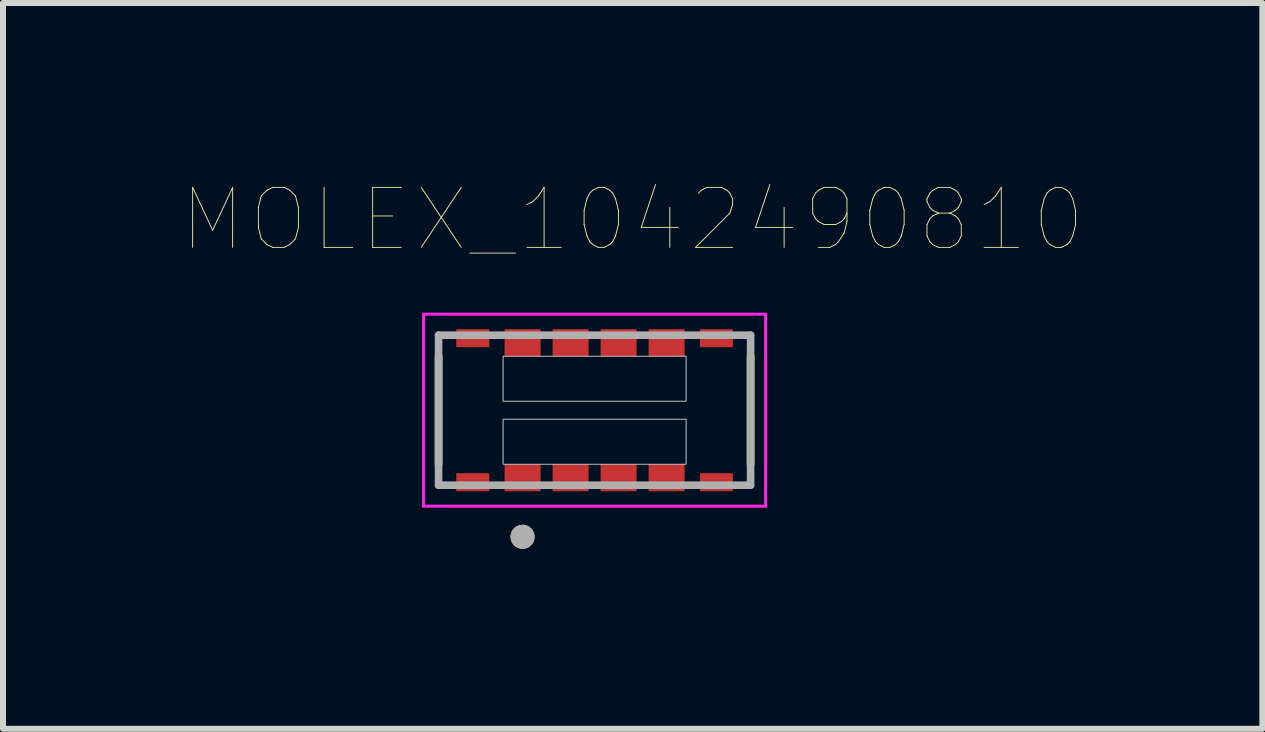
<source format=kicad_pcb>
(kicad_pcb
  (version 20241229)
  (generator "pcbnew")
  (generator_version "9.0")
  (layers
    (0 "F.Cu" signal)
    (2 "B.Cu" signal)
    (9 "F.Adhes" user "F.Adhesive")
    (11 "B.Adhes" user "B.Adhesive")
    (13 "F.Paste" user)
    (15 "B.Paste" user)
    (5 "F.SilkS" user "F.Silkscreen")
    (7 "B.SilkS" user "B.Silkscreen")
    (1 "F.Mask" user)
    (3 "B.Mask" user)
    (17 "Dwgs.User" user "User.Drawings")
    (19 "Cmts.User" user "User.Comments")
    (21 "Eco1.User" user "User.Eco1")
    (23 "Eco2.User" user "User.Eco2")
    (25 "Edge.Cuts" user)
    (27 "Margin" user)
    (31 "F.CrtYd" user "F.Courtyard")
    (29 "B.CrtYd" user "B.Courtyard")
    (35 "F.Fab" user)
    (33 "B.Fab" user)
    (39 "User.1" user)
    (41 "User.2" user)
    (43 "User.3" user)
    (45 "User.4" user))
  (footprint "MOLEX_1042490810"
    (layer "F.Cu")
    (at 6.859 3.786)
    (property "Reference" "MOLEX_1042490810" (at 0.635 -3.175 0) (layer "F.SilkS") (effects (font (size 1 1) (thickness 0.015))))
    (attr through_hole)
    (fp_poly (pts (xy -1.5 -1.35) (xy -0.9 -1.35) (xy -0.9 -0.9) (xy -1.5 -0.9)) (stroke (width 0.01) (type solid)) (fill yes) (layer "F.Mask"))
    (fp_poly (pts (xy -1.5 0.9) (xy -0.9 0.9) (xy -0.9 1.35) (xy -1.5 1.35)) (stroke (width 0.01) (type solid)) (fill yes) (layer "F.Mask"))
    (fp_poly (pts (xy -0.7 -1.35) (xy -0.1 -1.35) (xy -0.1 -0.9) (xy -0.7 -0.9)) (stroke (width 0.01) (type solid)) (fill yes) (layer "F.Mask"))
    (fp_poly (pts (xy -0.7 0.9) (xy -0.1 0.9) (xy -0.1 1.35) (xy -0.7 1.35)) (stroke (width 0.01) (type solid)) (fill yes) (layer "F.Mask"))
    (fp_poly (pts (xy 0.1 -1.35) (xy 0.7 -1.35) (xy 0.7 -0.9) (xy 0.1 -0.9)) (stroke (width 0.01) (type solid)) (fill yes) (layer "F.Mask"))
    (fp_poly (pts (xy 0.1 0.9) (xy 0.7 0.9) (xy 0.7 1.35) (xy 0.1 1.35)) (stroke (width 0.01) (type solid)) (fill yes) (layer "F.Mask"))
    (fp_poly (pts (xy 0.9 -1.35) (xy 1.5 -1.35) (xy 1.5 -0.9) (xy 0.9 -0.9)) (stroke (width 0.01) (type solid)) (fill yes) (layer "F.Mask"))
    (fp_poly (pts (xy 0.9 0.9) (xy 1.5 0.9) (xy 1.5 1.35) (xy 0.9 1.35)) (stroke (width 0.01) (type solid)) (fill yes) (layer "F.Mask"))
    (fp_line (start -2.6 -0.9) (end -2.6 0.9) (stroke (width 0.127) (type solid)) (layer "F.SilkS"))
    (fp_line (start 2.6 -0.9) (end 2.6 0.9) (stroke (width 0.127) (type solid)) (layer "F.SilkS"))
    (fp_circle (center -1.2 2.11) (end -1.1 2.11) (stroke (width 0.2) (type solid)) (fill no) (layer "F.SilkS"))
    (fp_poly (pts (xy -2.25 -1.32) (xy -1.81 -1.32) (xy -1.81 -1.08) (xy -2.25 -1.08)) (stroke (width 0.01) (type solid)) (fill yes) (layer "F.Paste"))
    (fp_poly (pts (xy -2.25 1.08) (xy -1.81 1.08) (xy -1.81 1.32) (xy -2.25 1.32)) (stroke (width 0.01) (type solid)) (fill yes) (layer "F.Paste"))
    (fp_poly (pts (xy -1.44 -1.305) (xy -0.96 -1.305) (xy -0.96 -0.945) (xy -1.44 -0.945)) (stroke (width 0.01) (type solid)) (fill yes) (layer "F.Paste"))
    (fp_poly (pts (xy -1.44 0.945) (xy -0.96 0.945) (xy -0.96 1.305) (xy -1.44 1.305)) (stroke (width 0.01) (type solid)) (fill yes) (layer "F.Paste"))
    (fp_poly (pts (xy -0.64 -1.305) (xy -0.16 -1.305) (xy -0.16 -0.945) (xy -0.64 -0.945)) (stroke (width 0.01) (type solid)) (fill yes) (layer "F.Paste"))
    (fp_poly (pts (xy -0.64 0.945) (xy -0.16 0.945) (xy -0.16 1.305) (xy -0.64 1.305)) (stroke (width 0.01) (type solid)) (fill yes) (layer "F.Paste"))
    (fp_poly (pts (xy 0.16 -1.305) (xy 0.64 -1.305) (xy 0.64 -0.945) (xy 0.16 -0.945)) (stroke (width 0.01) (type solid)) (fill yes) (layer "F.Paste"))
    (fp_poly (pts (xy 0.16 0.945) (xy 0.64 0.945) (xy 0.64 1.305) (xy 0.16 1.305)) (stroke (width 0.01) (type solid)) (fill yes) (layer "F.Paste"))
    (fp_poly (pts (xy 0.96 -1.305) (xy 1.44 -1.305) (xy 1.44 -0.945) (xy 0.96 -0.945)) (stroke (width 0.01) (type solid)) (fill yes) (layer "F.Paste"))
    (fp_poly (pts (xy 0.96 0.945) (xy 1.44 0.945) (xy 1.44 1.305) (xy 0.96 1.305)) (stroke (width 0.01) (type solid)) (fill yes) (layer "F.Paste"))
    (fp_poly (pts (xy 1.81 -1.32) (xy 2.25 -1.32) (xy 2.25 -1.08) (xy 1.81 -1.08)) (stroke (width 0.01) (type solid)) (fill yes) (layer "F.Paste"))
    (fp_poly (pts (xy 1.81 1.08) (xy 2.25 1.08) (xy 2.25 1.32) (xy 1.81 1.32)) (stroke (width 0.01) (type solid)) (fill yes) (layer "F.Paste"))
    (fp_poly (pts (xy -1.525 -0.9) (xy 1.525 -0.9) (xy 1.525 -0.15) (xy -1.525 -0.15)) (stroke (width 0.01) (type solid)) (fill no) (layer "Dwgs.User"))
    (fp_poly (pts (xy -1.525 -0.9) (xy 1.525 -0.9) (xy 1.525 -0.15) (xy -1.525 -0.15)) (stroke (width 0.01) (type solid)) (fill no) (layer "Dwgs.User"))
    (fp_poly (pts (xy -1.525 0.15) (xy 1.525 0.15) (xy 1.525 0.9) (xy -1.525 0.9)) (stroke (width 0.01) (type solid)) (fill no) (layer "Dwgs.User"))
    (fp_poly (pts (xy -1.525 0.15) (xy 1.525 0.15) (xy 1.525 0.9) (xy -1.525 0.9)) (stroke (width 0.01) (type solid)) (fill no) (layer "Dwgs.User"))
    (fp_line (start -2.85 -1.6) (end 2.85 -1.6) (stroke (width 0.05) (type solid)) (layer "F.CrtYd"))
    (fp_line (start -2.85 1.6) (end -2.85 -1.6) (stroke (width 0.05) (type solid)) (layer "F.CrtYd"))
    (fp_line (start 2.85 -1.6) (end 2.85 1.6) (stroke (width 0.05) (type solid)) (layer "F.CrtYd"))
    (fp_line (start 2.85 1.6) (end -2.85 1.6) (stroke (width 0.05) (type solid)) (layer "F.CrtYd"))
    (fp_line (start -2.6 -1.25) (end 2.6 -1.25) (stroke (width 0.127) (type solid)) (layer "F.Fab"))
    (fp_line (start -2.6 1.25) (end -2.6 -1.25) (stroke (width 0.127) (type solid)) (layer "F.Fab"))
    (fp_line (start 2.6 -1.25) (end 2.6 1.25) (stroke (width 0.127) (type solid)) (layer "F.Fab"))
    (fp_line (start 2.6 1.25) (end -2.6 1.25) (stroke (width 0.127) (type solid)) (layer "F.Fab"))
    (fp_circle (center -1.2 2.11) (end -1.1 2.11) (stroke (width 0.2) (type solid)) (fill no) (layer "F.Fab"))
    (pad "1" smd rect (at -1.2 1.125) (size 0.6 0.45) (layers "F.Cu"))
    (pad "2" smd rect (at -1.2 -1.125) (size 0.6 0.45) (layers "F.Cu"))
    (pad "3" smd rect (at -0.4 1.125) (size 0.6 0.45) (layers "F.Cu"))
    (pad "4" smd rect (at -0.4 -1.125) (size 0.6 0.45) (layers "F.Cu"))
    (pad "5" smd rect (at 0.4 1.125) (size 0.6 0.45) (layers "F.Cu"))
    (pad "6" smd rect (at 0.4 -1.125) (size 0.6 0.45) (layers "F.Cu"))
    (pad "7" smd rect (at 1.2 1.125) (size 0.6 0.45) (layers "F.Cu"))
    (pad "8" smd rect (at 1.2 -1.125) (size 0.6 0.45) (layers "F.Cu"))
    (pad "S1" smd rect (at -2.03 -1.2) (size 0.55 0.3) (layers "F.Cu" "F.Mask"))
    (pad "S2" smd rect (at 2.03 -1.2) (size 0.55 0.3) (layers "F.Cu" "F.Mask"))
    (pad "S3" smd rect (at 2.03 1.2) (size 0.55 0.3) (layers "F.Cu" "F.Mask"))
    (pad "S4" smd rect (at -2.03 1.2) (size 0.55 0.3) (layers "F.Cu" "F.Mask")))
  (gr_rect
    (start -3 -3)
    (end 17.988 9.096)
    (stroke (width 0.1) (type default))
    (fill no)
    (layer "Edge.Cuts")))
</source>
